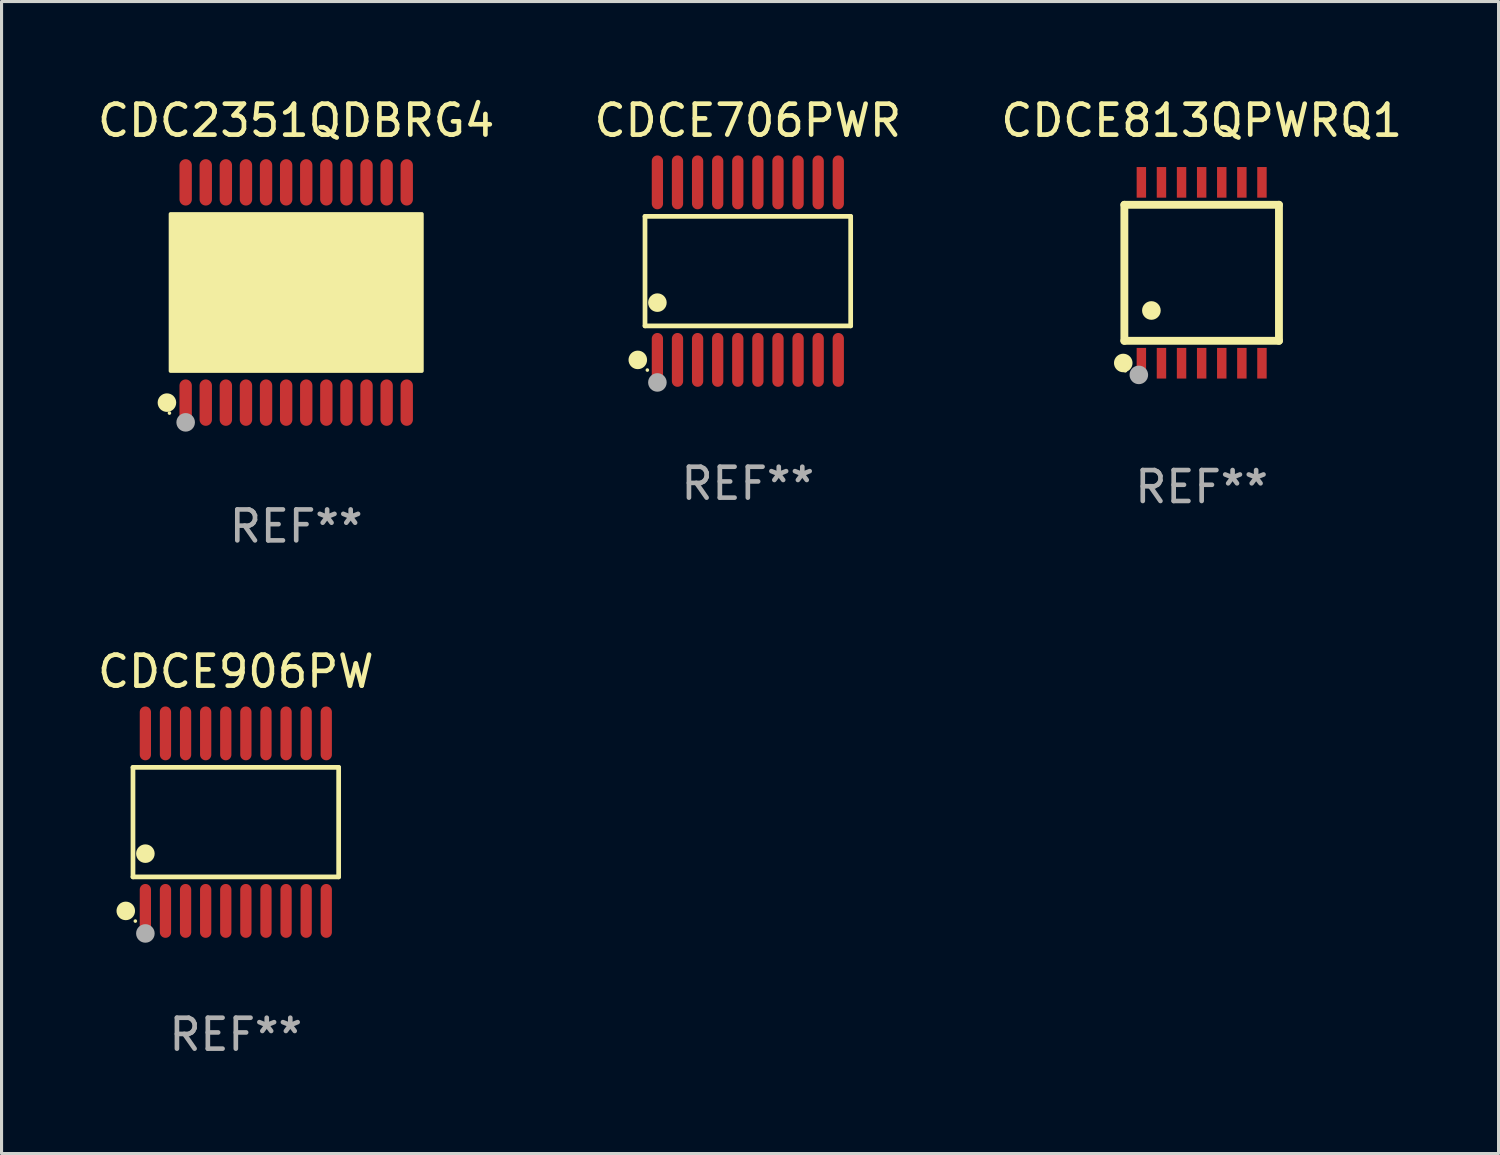
<source format=kicad_pcb>
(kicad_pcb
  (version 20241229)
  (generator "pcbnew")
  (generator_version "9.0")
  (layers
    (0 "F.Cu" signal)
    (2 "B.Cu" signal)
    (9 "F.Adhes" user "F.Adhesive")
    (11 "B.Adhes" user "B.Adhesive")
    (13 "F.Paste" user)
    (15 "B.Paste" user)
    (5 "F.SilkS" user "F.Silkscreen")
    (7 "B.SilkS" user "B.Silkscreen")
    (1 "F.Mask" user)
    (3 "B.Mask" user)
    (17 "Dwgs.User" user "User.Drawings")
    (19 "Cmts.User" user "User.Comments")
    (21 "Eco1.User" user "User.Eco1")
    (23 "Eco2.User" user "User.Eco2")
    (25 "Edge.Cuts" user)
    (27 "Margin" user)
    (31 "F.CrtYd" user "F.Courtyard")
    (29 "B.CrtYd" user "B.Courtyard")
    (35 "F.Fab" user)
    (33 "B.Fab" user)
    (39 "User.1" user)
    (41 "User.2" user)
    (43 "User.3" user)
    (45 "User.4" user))
  (footprint "CDC2351QDBRG4"
    (layer "F.Cu")
    (at 6.53 6.41)
    (property "Reference" "CDC2351QDBRG4" (at 0 -5.562 0) (layer "F.SilkS") (effects (font (size 1 1) (thickness 0.15))))
    (attr through_hole)
    (fp_circle (center -4.181 3.562) (end -4.031 3.562) (stroke (width 0.3) (type solid)) (fill no) (layer "F.SilkS"))
    (fp_circle (center -4.1 3.9) (end -4.07 3.9) (stroke (width 0.06) (type solid)) (fill no) (layer "F.SilkS"))
    (fp_circle (center -3.575 1.819) (end -3.425 1.819) (stroke (width 0.3) (type solid)) (fill no) (layer "F.SilkS"))
    (fp_poly (pts (xy -4.064 -2.54) (xy 4.064 -2.54) (xy 4.064 2.54) (xy -4.064 2.54)) (stroke (width 0.12) (type solid)) (fill yes) (layer "F.SilkS"))
    (fp_circle (center -3.575 4.2) (end -3.425 4.2) (stroke (width 0.3) (type solid)) (fill no) (layer "F.Fab"))
    (fp_text user "REF**" (at 0 7.562 0) (layer "F.Fab") (effects (font (size 1 1) (thickness 0.15))))
    (pad "1" smd oval (at -3.575 3.562) (size 0.4 1.5) (layers "F.Cu" "F.Mask" "F.Paste"))
    (pad "2" smd oval (at -2.925 3.562) (size 0.4 1.5) (layers "F.Cu" "F.Mask" "F.Paste"))
    (pad "3" smd oval (at -2.275 3.562) (size 0.4 1.5) (layers "F.Cu" "F.Mask" "F.Paste"))
    (pad "4" smd oval (at -1.625 3.562) (size 0.4 1.5) (layers "F.Cu" "F.Mask" "F.Paste"))
    (pad "5" smd oval (at -0.975 3.562) (size 0.4 1.5) (layers "F.Cu" "F.Mask" "F.Paste"))
    (pad "6" smd oval (at -0.325 3.562) (size 0.4 1.5) (layers "F.Cu" "F.Mask" "F.Paste"))
    (pad "7" smd oval (at 0.325 3.562) (size 0.4 1.5) (layers "F.Cu" "F.Mask" "F.Paste"))
    (pad "8" smd oval (at 0.975 3.562) (size 0.4 1.5) (layers "F.Cu" "F.Mask" "F.Paste"))
    (pad "9" smd oval (at 1.625 3.562) (size 0.4 1.5) (layers "F.Cu" "F.Mask" "F.Paste"))
    (pad "10" smd oval (at 2.275 3.562) (size 0.4 1.5) (layers "F.Cu" "F.Mask" "F.Paste"))
    (pad "11" smd oval (at 2.925 3.562) (size 0.4 1.5) (layers "F.Cu" "F.Mask" "F.Paste"))
    (pad "12" smd oval (at 3.575 3.562) (size 0.4 1.5) (layers "F.Cu" "F.Mask" "F.Paste"))
    (pad "13" smd oval (at 3.575 -3.562) (size 0.4 1.5) (layers "F.Cu" "F.Mask" "F.Paste"))
    (pad "14" smd oval (at 2.925 -3.562) (size 0.4 1.5) (layers "F.Cu" "F.Mask" "F.Paste"))
    (pad "15" smd oval (at 2.275 -3.562) (size 0.4 1.5) (layers "F.Cu" "F.Mask" "F.Paste"))
    (pad "16" smd oval (at 1.625 -3.562) (size 0.4 1.5) (layers "F.Cu" "F.Mask" "F.Paste"))
    (pad "17" smd oval (at 0.975 -3.562) (size 0.4 1.5) (layers "F.Cu" "F.Mask" "F.Paste"))
    (pad "18" smd oval (at 0.325 -3.562) (size 0.4 1.5) (layers "F.Cu" "F.Mask" "F.Paste"))
    (pad "19" smd oval (at -0.325 -3.562) (size 0.4 1.5) (layers "F.Cu" "F.Mask" "F.Paste"))
    (pad "20" smd oval (at -0.975 -3.562) (size 0.4 1.5) (layers "F.Cu" "F.Mask" "F.Paste"))
    (pad "21" smd oval (at -1.625 -3.562) (size 0.4 1.5) (layers "F.Cu" "F.Mask" "F.Paste"))
    (pad "22" smd oval (at -2.275 -3.562) (size 0.4 1.5) (layers "F.Cu" "F.Mask" "F.Paste"))
    (pad "23" smd oval (at -2.925 -3.562) (size 0.4 1.5) (layers "F.Cu" "F.Mask" "F.Paste"))
    (pad "24" smd oval (at -3.575 -3.562) (size 0.4 1.5) (layers "F.Cu" "F.Mask" "F.Paste")))
  (footprint "CDCE706PWR"
    (layer "F.Cu")
    (at 21.137 5.719)
    (property "Reference" "CDCE706PWR" (at 0 -4.871 0) (layer "F.SilkS") (effects (font (size 1 1) (thickness 0.15))))
    (attr through_hole)
    (fp_line (start -3.326 -1.771) (end 3.326 -1.771) (stroke (width 0.152) (type solid)) (layer "F.SilkS"))
    (fp_line (start -3.326 1.771) (end -3.326 -1.771) (stroke (width 0.152) (type solid)) (layer "F.SilkS"))
    (fp_line (start 3.326 -1.771) (end 3.326 1.771) (stroke (width 0.152) (type solid)) (layer "F.SilkS"))
    (fp_line (start 3.326 1.771) (end -3.326 1.771) (stroke (width 0.152) (type solid)) (layer "F.SilkS"))
    (fp_circle (center -3.559 2.871) (end -3.409 2.871) (stroke (width 0.3) (type solid)) (fill no) (layer "F.SilkS"))
    (fp_circle (center -3.25 3.2) (end -3.22 3.2) (stroke (width 0.06) (type solid)) (fill no) (layer "F.SilkS"))
    (fp_circle (center -2.925 1.019) (end -2.775 1.019) (stroke (width 0.3) (type solid)) (fill no) (layer "F.SilkS"))
    (fp_circle (center -2.925 3.6) (end -2.775 3.6) (stroke (width 0.3) (type solid)) (fill no) (layer "F.Fab"))
    (fp_text user "REF**" (at 0 6.871 0) (layer "F.Fab") (effects (font (size 1 1) (thickness 0.15))))
    (pad "1" smd oval (at -2.925 2.871) (size 0.364 1.742) (layers "F.Cu" "F.Mask" "F.Paste"))
    (pad "2" smd oval (at -2.275 2.871) (size 0.364 1.742) (layers "F.Cu" "F.Mask" "F.Paste"))
    (pad "3" smd oval (at -1.625 2.871) (size 0.364 1.742) (layers "F.Cu" "F.Mask" "F.Paste"))
    (pad "4" smd oval (at -0.975 2.871) (size 0.364 1.742) (layers "F.Cu" "F.Mask" "F.Paste"))
    (pad "5" smd oval (at -0.325 2.871) (size 0.364 1.742) (layers "F.Cu" "F.Mask" "F.Paste"))
    (pad "6" smd oval (at 0.325 2.871) (size 0.364 1.742) (layers "F.Cu" "F.Mask" "F.Paste"))
    (pad "7" smd oval (at 0.975 2.871) (size 0.364 1.742) (layers "F.Cu" "F.Mask" "F.Paste"))
    (pad "8" smd oval (at 1.625 2.871) (size 0.364 1.742) (layers "F.Cu" "F.Mask" "F.Paste"))
    (pad "9" smd oval (at 2.275 2.871) (size 0.364 1.742) (layers "F.Cu" "F.Mask" "F.Paste"))
    (pad "10" smd oval (at 2.925 2.871) (size 0.364 1.742) (layers "F.Cu" "F.Mask" "F.Paste"))
    (pad "11" smd oval (at 2.925 -2.871) (size 0.364 1.742) (layers "F.Cu" "F.Mask" "F.Paste"))
    (pad "12" smd oval (at 2.275 -2.871) (size 0.364 1.742) (layers "F.Cu" "F.Mask" "F.Paste"))
    (pad "13" smd oval (at 1.625 -2.871) (size 0.364 1.742) (layers "F.Cu" "F.Mask" "F.Paste"))
    (pad "14" smd oval (at 0.975 -2.871) (size 0.364 1.742) (layers "F.Cu" "F.Mask" "F.Paste"))
    (pad "15" smd oval (at 0.325 -2.871) (size 0.364 1.742) (layers "F.Cu" "F.Mask" "F.Paste"))
    (pad "16" smd oval (at -0.325 -2.871) (size 0.364 1.742) (layers "F.Cu" "F.Mask" "F.Paste"))
    (pad "17" smd oval (at -0.975 -2.871) (size 0.364 1.742) (layers "F.Cu" "F.Mask" "F.Paste"))
    (pad "18" smd oval (at -1.625 -2.871) (size 0.364 1.742) (layers "F.Cu" "F.Mask" "F.Paste"))
    (pad "19" smd oval (at -2.275 -2.871) (size 0.364 1.742) (layers "F.Cu" "F.Mask" "F.Paste"))
    (pad "20" smd oval (at -2.925 -2.871) (size 0.364 1.742) (layers "F.Cu" "F.Mask" "F.Paste")))
  (footprint "CDCE906PW"
    (layer "F.Cu")
    (at 4.577 23.54)
    (property "Reference" "CDCE906PW" (at 0 -4.871 0) (layer "F.SilkS") (effects (font (size 1 1) (thickness 0.15))))
    (attr through_hole)
    (fp_line (start -3.326 -1.771) (end 3.326 -1.771) (stroke (width 0.152) (type solid)) (layer "F.SilkS"))
    (fp_line (start -3.326 1.771) (end -3.326 -1.771) (stroke (width 0.152) (type solid)) (layer "F.SilkS"))
    (fp_line (start 3.326 -1.771) (end 3.326 1.771) (stroke (width 0.152) (type solid)) (layer "F.SilkS"))
    (fp_line (start 3.326 1.771) (end -3.326 1.771) (stroke (width 0.152) (type solid)) (layer "F.SilkS"))
    (fp_circle (center -3.559 2.871) (end -3.409 2.871) (stroke (width 0.3) (type solid)) (fill no) (layer "F.SilkS"))
    (fp_circle (center -3.25 3.2) (end -3.22 3.2) (stroke (width 0.06) (type solid)) (fill no) (layer "F.SilkS"))
    (fp_circle (center -2.925 1.019) (end -2.775 1.019) (stroke (width 0.3) (type solid)) (fill no) (layer "F.SilkS"))
    (fp_circle (center -2.925 3.6) (end -2.775 3.6) (stroke (width 0.3) (type solid)) (fill no) (layer "F.Fab"))
    (fp_text user "REF**" (at 0 6.871 0) (layer "F.Fab") (effects (font (size 1 1) (thickness 0.15))))
    (pad "1" smd oval (at -2.925 2.871) (size 0.364 1.742) (layers "F.Cu" "F.Mask" "F.Paste"))
    (pad "2" smd oval (at -2.275 2.871) (size 0.364 1.742) (layers "F.Cu" "F.Mask" "F.Paste"))
    (pad "3" smd oval (at -1.625 2.871) (size 0.364 1.742) (layers "F.Cu" "F.Mask" "F.Paste"))
    (pad "4" smd oval (at -0.975 2.871) (size 0.364 1.742) (layers "F.Cu" "F.Mask" "F.Paste"))
    (pad "5" smd oval (at -0.325 2.871) (size 0.364 1.742) (layers "F.Cu" "F.Mask" "F.Paste"))
    (pad "6" smd oval (at 0.325 2.871) (size 0.364 1.742) (layers "F.Cu" "F.Mask" "F.Paste"))
    (pad "7" smd oval (at 0.975 2.871) (size 0.364 1.742) (layers "F.Cu" "F.Mask" "F.Paste"))
    (pad "8" smd oval (at 1.625 2.871) (size 0.364 1.742) (layers "F.Cu" "F.Mask" "F.Paste"))
    (pad "9" smd oval (at 2.275 2.871) (size 0.364 1.742) (layers "F.Cu" "F.Mask" "F.Paste"))
    (pad "10" smd oval (at 2.925 2.871) (size 0.364 1.742) (layers "F.Cu" "F.Mask" "F.Paste"))
    (pad "11" smd oval (at 2.925 -2.871) (size 0.364 1.742) (layers "F.Cu" "F.Mask" "F.Paste"))
    (pad "12" smd oval (at 2.275 -2.871) (size 0.364 1.742) (layers "F.Cu" "F.Mask" "F.Paste"))
    (pad "13" smd oval (at 1.625 -2.871) (size 0.364 1.742) (layers "F.Cu" "F.Mask" "F.Paste"))
    (pad "14" smd oval (at 0.975 -2.871) (size 0.364 1.742) (layers "F.Cu" "F.Mask" "F.Paste"))
    (pad "15" smd oval (at 0.325 -2.871) (size 0.364 1.742) (layers "F.Cu" "F.Mask" "F.Paste"))
    (pad "16" smd oval (at -0.325 -2.871) (size 0.364 1.742) (layers "F.Cu" "F.Mask" "F.Paste"))
    (pad "17" smd oval (at -0.975 -2.871) (size 0.364 1.742) (layers "F.Cu" "F.Mask" "F.Paste"))
    (pad "18" smd oval (at -1.625 -2.871) (size 0.364 1.742) (layers "F.Cu" "F.Mask" "F.Paste"))
    (pad "19" smd oval (at -2.275 -2.871) (size 0.364 1.742) (layers "F.Cu" "F.Mask" "F.Paste"))
    (pad "20" smd oval (at -2.925 -2.871) (size 0.364 1.742) (layers "F.Cu" "F.Mask" "F.Paste")))
  (footprint "CDCE813QPWRQ1"
    (layer "F.Cu")
    (at 35.815 5.773)
    (property "Reference" "CDCE813QPWRQ1" (at 0 -4.925 0) (layer "F.SilkS") (effects (font (size 1 1) (thickness 0.15))))
    (attr through_hole)
    (fp_line (start -2.5 2.2) (end -2.5 -2.2) (stroke (width 0.254) (type solid)) (layer "F.SilkS"))
    (fp_line (start -2.5 2.2) (end 2.5 2.2) (stroke (width 0.254) (type solid)) (layer "F.SilkS"))
    (fp_line (start 2.5 -2.2) (end -2.5 -2.2) (stroke (width 0.254) (type solid)) (layer "F.SilkS"))
    (fp_line (start 2.5 -2.2) (end 2.5 2.2) (stroke (width 0.254) (type solid)) (layer "F.SilkS"))
    (fp_circle (center -2.536 2.917) (end -2.386 2.917) (stroke (width 0.3) (type solid)) (fill no) (layer "F.SilkS"))
    (fp_circle (center -2.47 3.17) (end -2.44 3.17) (stroke (width 0.06) (type solid)) (fill no) (layer "F.SilkS"))
    (fp_circle (center -1.626 1.219) (end -1.475 1.219) (stroke (width 0.3) (type solid)) (fill no) (layer "F.SilkS"))
    (fp_circle (center -2.032 3.302) (end -1.882 3.302) (stroke (width 0.3) (type solid)) (fill no) (layer "F.Fab"))
    (fp_text user "REF**" (at 0 6.925 0) (layer "F.Fab") (effects (font (size 1 1) (thickness 0.15))))
    (pad "1" smd rect (at -1.95 2.925) (size 0.305 0.991) (layers "F.Cu" "F.Mask" "F.Paste"))
    (pad "2" smd rect (at -1.3 2.925) (size 0.305 0.991) (layers "F.Cu" "F.Mask" "F.Paste"))
    (pad "3" smd rect (at -0.65 2.925) (size 0.305 0.991) (layers "F.Cu" "F.Mask" "F.Paste"))
    (pad "4" smd rect (at 0 2.925) (size 0.305 0.991) (layers "F.Cu" "F.Mask" "F.Paste"))
    (pad "5" smd rect (at 0.65 2.925) (size 0.305 0.991) (layers "F.Cu" "F.Mask" "F.Paste"))
    (pad "6" smd rect (at 1.3 2.925) (size 0.305 0.991) (layers "F.Cu" "F.Mask" "F.Paste"))
    (pad "7" smd rect (at 1.95 2.925) (size 0.305 0.991) (layers "F.Cu" "F.Mask" "F.Paste"))
    (pad "8" smd rect (at 1.95 -2.925) (size 0.305 0.991) (layers "F.Cu" "F.Mask" "F.Paste"))
    (pad "9" smd rect (at 1.3 -2.925) (size 0.305 0.991) (layers "F.Cu" "F.Mask" "F.Paste"))
    (pad "10" smd rect (at 0.65 -2.925) (size 0.305 0.991) (layers "F.Cu" "F.Mask" "F.Paste"))
    (pad "11" smd rect (at 0 -2.925) (size 0.305 0.991) (layers "F.Cu" "F.Mask" "F.Paste"))
    (pad "12" smd rect (at -0.65 -2.925) (size 0.305 0.991) (layers "F.Cu" "F.Mask" "F.Paste"))
    (pad "13" smd rect (at -1.3 -2.925) (size 0.305 0.991) (layers "F.Cu" "F.Mask" "F.Paste"))
    (pad "14" smd rect (at -1.95 -2.925) (size 0.305 0.991) (layers "F.Cu" "F.Mask" "F.Paste")))
  (gr_rect
    (start -3 -3)
    (end 45.417 34.259)
    (stroke (width 0.1) (type default))
    (fill no)
    (layer "Edge.Cuts")))
</source>
